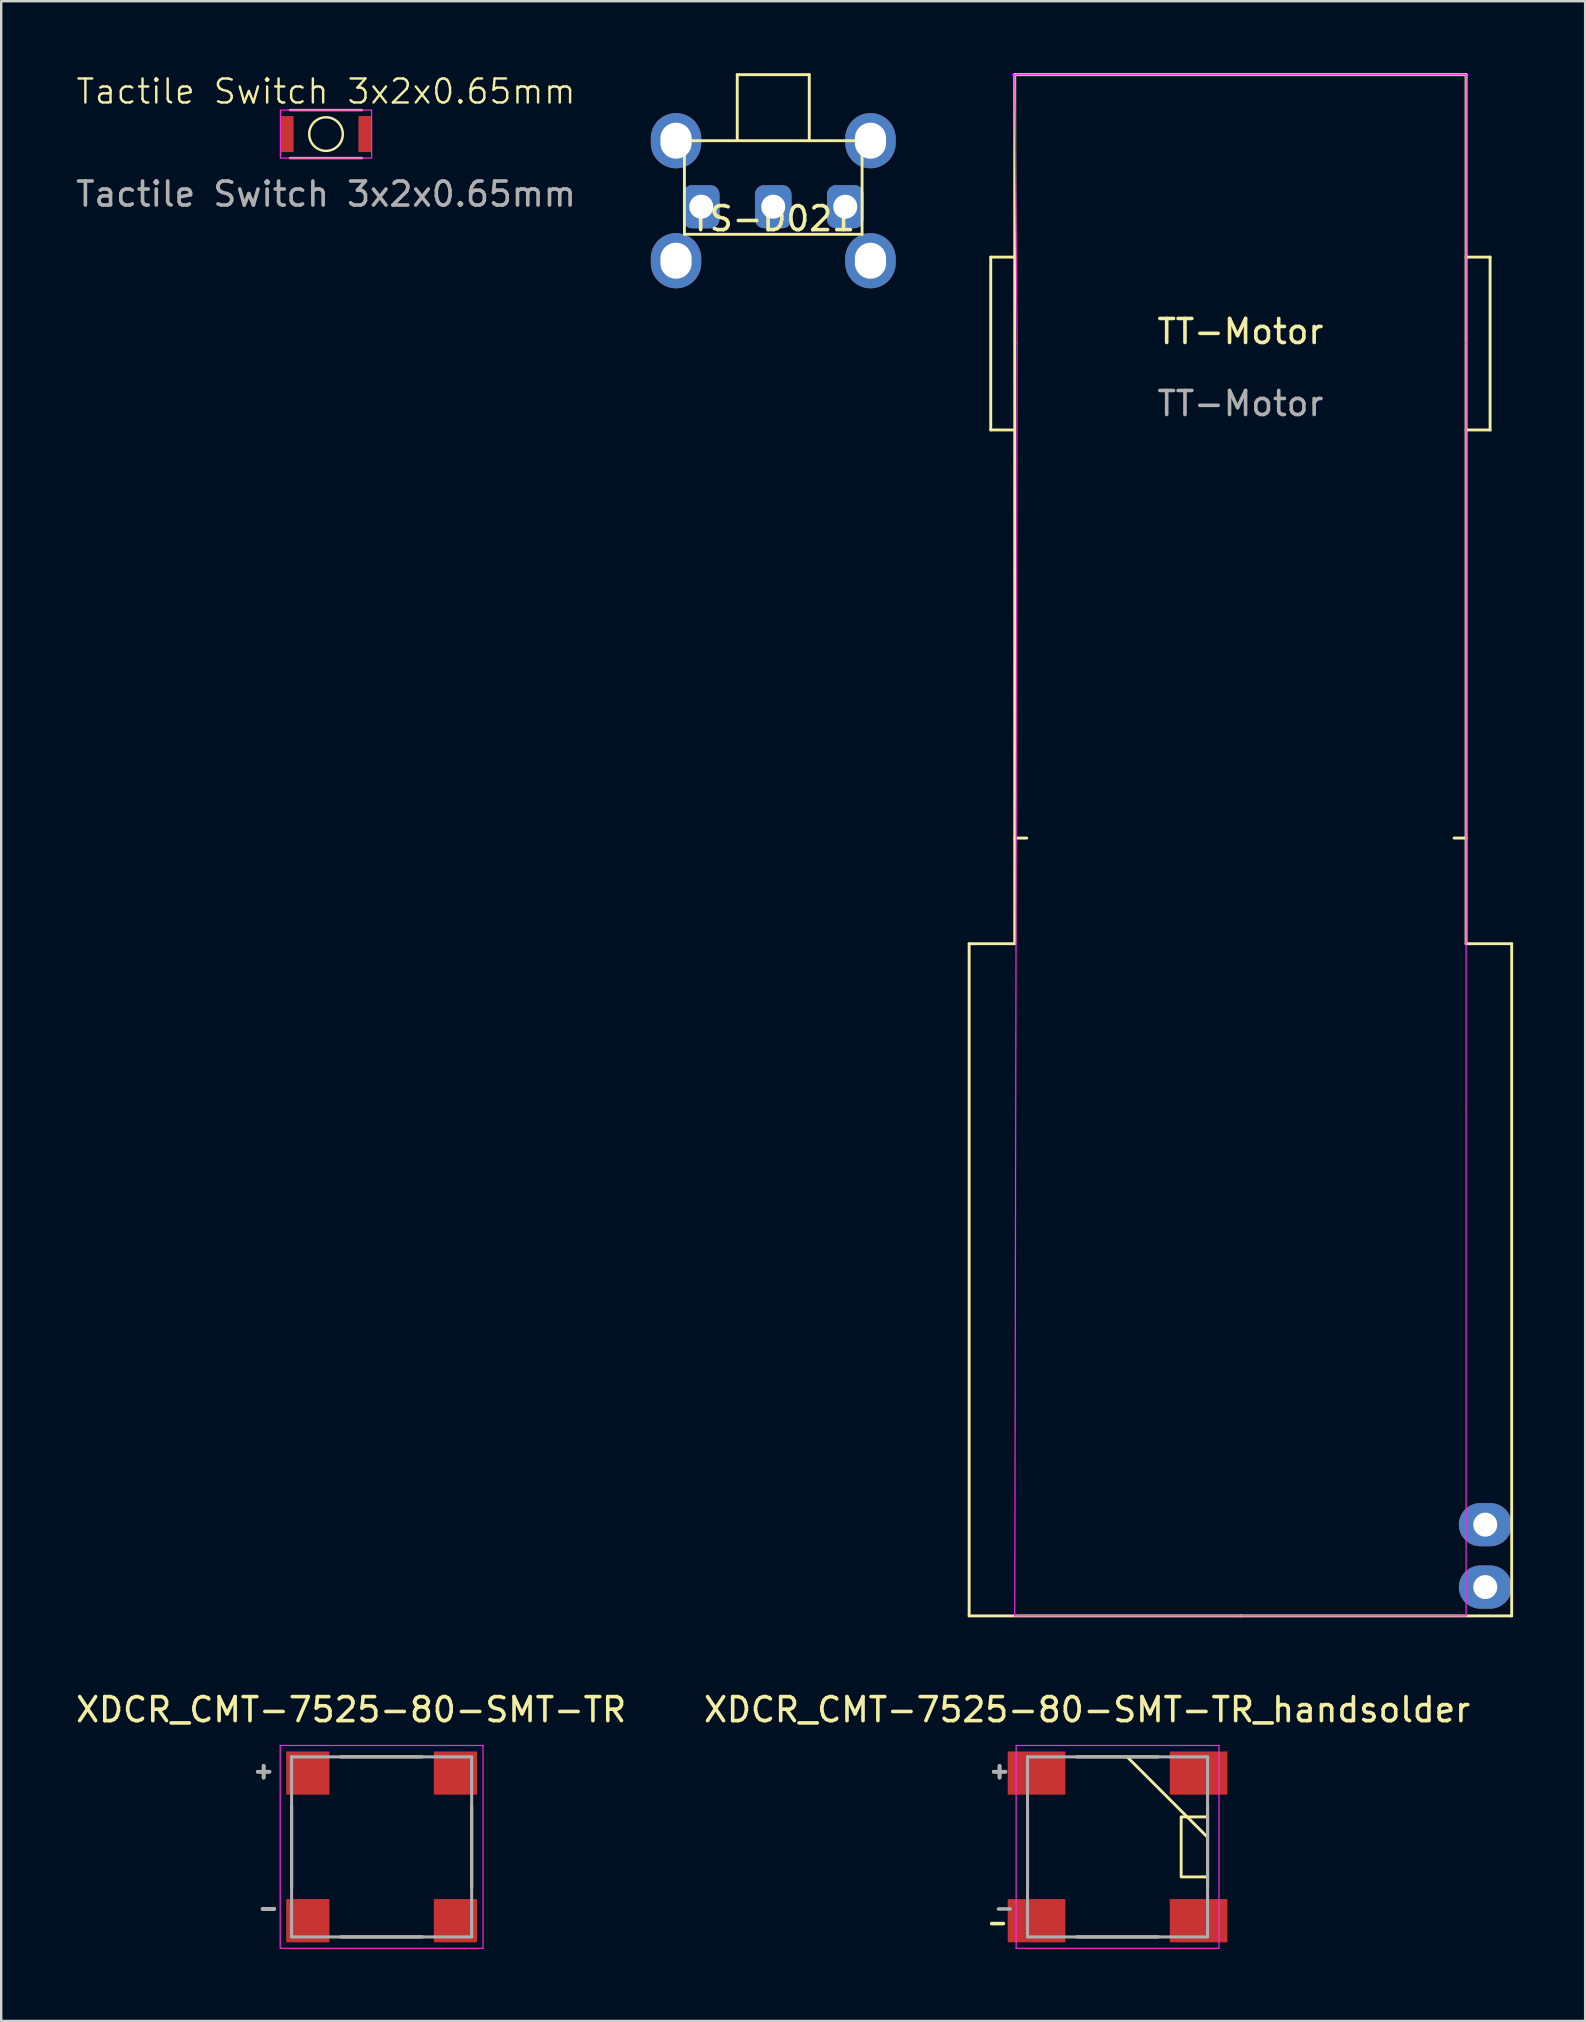
<source format=kicad_pcb>
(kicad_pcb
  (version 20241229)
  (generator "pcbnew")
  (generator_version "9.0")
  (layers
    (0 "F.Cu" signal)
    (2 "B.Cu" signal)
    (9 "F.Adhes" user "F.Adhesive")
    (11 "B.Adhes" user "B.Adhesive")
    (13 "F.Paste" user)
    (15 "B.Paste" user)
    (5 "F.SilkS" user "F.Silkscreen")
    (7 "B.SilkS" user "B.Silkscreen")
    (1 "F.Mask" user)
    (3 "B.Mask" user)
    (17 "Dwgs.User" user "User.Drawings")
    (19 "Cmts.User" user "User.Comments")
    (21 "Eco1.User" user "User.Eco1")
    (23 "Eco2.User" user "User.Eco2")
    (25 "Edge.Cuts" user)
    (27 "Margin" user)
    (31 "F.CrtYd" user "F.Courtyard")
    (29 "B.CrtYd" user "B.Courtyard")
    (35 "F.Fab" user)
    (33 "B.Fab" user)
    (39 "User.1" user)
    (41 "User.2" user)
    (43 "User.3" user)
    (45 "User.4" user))
  (footprint "XDCR_CMT-7525-80-SMT-TR"
    (layer "F.Cu")
    (at 12.847 73.883)
    (property "Reference" "XDCR_CMT-7525-80-SMT-TR" (at -1.27 -5.715 0) (layer "F.SilkS") (effects (font (size 1 1) (thickness 0.15))))
    (attr through_hole)
    (fp_line (start -3.75 -1.7) (end -3.75 1.7) (stroke (width 0.127) (type solid)) (layer "F.SilkS"))
    (fp_line (start -1.7 3.75) (end 1.7 3.75) (stroke (width 0.127) (type solid)) (layer "F.SilkS"))
    (fp_line (start 1.7 -3.75) (end -1.7 -3.75) (stroke (width 0.127) (type solid)) (layer "F.SilkS"))
    (fp_line (start 3.75 1.7) (end 3.75 -1.7) (stroke (width 0.127) (type solid)) (layer "F.SilkS"))
    (fp_line (start -4.225 -4.225) (end 4.225 -4.225) (stroke (width 0.05) (type solid)) (layer "F.CrtYd"))
    (fp_line (start -4.225 4.225) (end -4.225 -4.225) (stroke (width 0.05) (type solid)) (layer "F.CrtYd"))
    (fp_line (start 4.225 -4.225) (end 4.225 4.225) (stroke (width 0.05) (type solid)) (layer "F.CrtYd"))
    (fp_line (start 4.225 4.225) (end -4.225 4.225) (stroke (width 0.05) (type solid)) (layer "F.CrtYd"))
    (fp_line (start -3.75 -3.75) (end -3.75 3.75) (stroke (width 0.127) (type solid)) (layer "F.Fab"))
    (fp_line (start -3.75 3.75) (end 3.75 3.75) (stroke (width 0.127) (type solid)) (layer "F.Fab"))
    (fp_line (start 3.75 -3.75) (end -3.75 -3.75) (stroke (width 0.127) (type solid)) (layer "F.Fab"))
    (fp_line (start 3.75 3.75) (end 3.75 -3.75) (stroke (width 0.127) (type solid)) (layer "F.Fab"))
    (fp_text user "-" (at -4.715 2.54 0) (layer "F.SilkS") (effects (font (size 0.64 0.64) (thickness 0.15))))
    (fp_text user "+" (at -4.915 -3.175 0) (layer "F.SilkS") (effects (font (size 0.64 0.64) (thickness 0.15))))
    (fp_text user "-" (at -4.715 2.54 0) (layer "F.Fab") (effects (font (size 0.64 0.64) (thickness 0.15))))
    (fp_text user "+" (at -4.915 -3.175 0) (layer "F.Fab") (effects (font (size 0.64 0.64) (thickness 0.15))))
    (pad "1" smd rect (at 3.075 -3.075) (size 1.8 1.8) (layers "F.Cu" "F.Mask" "F.Paste"))
    (pad "2" smd rect (at 3.075 3.075) (size 1.8 1.8) (layers "F.Cu" "F.Mask" "F.Paste"))
    (pad "N" smd rect (at -3.075 3.075) (size 1.8 1.8) (layers "F.Cu" "F.Mask" "F.Paste"))
    (pad "P" smd rect (at -3.075 -3.075) (size 1.8 1.8) (layers "F.Cu" "F.Mask" "F.Paste")))
  (footprint "TT-Motor"
    (layer "F.Cu")
    (at 48.62 11.26)
    (property "Reference" "TT-Motor" (at 0 -0.5 0) (unlocked yes) (layer "F.SilkS") (effects (font (size 1 1) (thickness 0.15))))
    (fp_line (start -11.3 25) (end -11.3 53) (stroke (width 0.12) (type solid)) (layer "F.SilkS"))
    (fp_line (start -11.3 53) (end 0 53) (stroke (width 0.12) (type solid)) (layer "F.SilkS"))
    (fp_line (start -10.4 -3.6) (end -10.4 3.6) (stroke (width 0.12) (type solid)) (layer "F.SilkS"))
    (fp_line (start -10.4 3.6) (end -9.4 3.6) (stroke (width 0.12) (type solid)) (layer "F.SilkS"))
    (fp_line (start -9.4 -11.2) (end -9.4 25) (stroke (width 0.12) (type solid)) (layer "F.SilkS"))
    (fp_line (start -9.4 -3.6) (end -10.4 -3.6) (stroke (width 0.12) (type solid)) (layer "F.SilkS"))
    (fp_line (start -9.4 20.6) (end -8.9 20.6) (stroke (width 0.12) (type solid)) (layer "F.SilkS"))
    (fp_line (start -9.4 25) (end -11.3 25) (stroke (width 0.12) (type solid)) (layer "F.SilkS"))
    (fp_line (start 0 53) (end 11.3 53) (stroke (width 0.12) (type solid)) (layer "F.SilkS"))
    (fp_line (start 9.4 -11.2) (end -9.4 -11.2) (stroke (width 0.12) (type solid)) (layer "F.SilkS"))
    (fp_line (start 9.4 -3.6) (end 10.4 -3.6) (stroke (width 0.12) (type solid)) (layer "F.SilkS"))
    (fp_line (start 9.4 20.6) (end 8.9 20.6) (stroke (width 0.12) (type solid)) (layer "F.SilkS"))
    (fp_line (start 9.4 25) (end 9.4 -11.2) (stroke (width 0.12) (type solid)) (layer "F.SilkS"))
    (fp_line (start 10.4 -3.6) (end 10.4 3.6) (stroke (width 0.12) (type solid)) (layer "F.SilkS"))
    (fp_line (start 10.4 3.6) (end 9.4 3.6) (stroke (width 0.12) (type solid)) (layer "F.SilkS"))
    (fp_line (start 11.3 25) (end 9.4 25) (stroke (width 0.12) (type solid)) (layer "F.SilkS"))
    (fp_line (start 11.3 53) (end 11.3 25) (stroke (width 0.12) (type solid)) (layer "F.SilkS"))
    (fp_line (start -9.5 -11.2) (end 9.4 -11.2) (stroke (width 0.05) (type solid)) (layer "F.CrtYd"))
    (fp_line (start -9.4 -11.2) (end -9.3 0) (stroke (width 0.05) (type solid)) (layer "F.CrtYd"))
    (fp_line (start -9.4 53) (end -9.3 0) (stroke (width 0.05) (type solid)) (layer "F.CrtYd"))
    (fp_line (start 9.4 -11.2) (end 9.4 0) (stroke (width 0.05) (type solid)) (layer "F.CrtYd"))
    (fp_line (start 9.4 0) (end 9.4 31.8) (stroke (width 0.05) (type solid)) (layer "F.CrtYd"))
    (fp_line (start 9.4 31.8) (end 9.4 53) (stroke (width 0.05) (type solid)) (layer "F.CrtYd"))
    (fp_line (start 9.4 53) (end -9.4 53) (stroke (width 0.05) (type solid)) (layer "F.CrtYd"))
    (fp_text user "${REFERENCE}" (at 0 2.5 0) (unlocked yes) (layer "F.Fab") (effects (font (size 1 1) (thickness 0.15))))
    (pad "1" thru_hole oval (at 10.2 51.8) (size 2.2 1.8) (drill 1) (layers "*.Cu" "*.Mask"))
    (pad "2" thru_hole oval (at 10.2 49.2) (size 2.2 1.8) (drill 1) (layers "*.Cu" "*.Mask")))
  (footprint "XDCR_CMT-7525-80-SMT-TR_handsolder"
    (layer "F.Cu")
    (at 43.502 73.883)
    (property "Reference" "XDCR_CMT-7525-80-SMT-TR_handsolder" (at -1.27 -5.715 0) (layer "F.SilkS") (effects (font (size 1 1) (thickness 0.15))))
    (attr smd)
    (fp_line (start -3.75 -1.7) (end -3.75 1.7) (stroke (width 0.127) (type solid)) (layer "F.SilkS"))
    (fp_line (start -1.7 3.75) (end 1.7 3.75) (stroke (width 0.127) (type solid)) (layer "F.SilkS"))
    (fp_line (start 0.4 -3.75) (end 3.75 -0.4) (stroke (width 0.12) (type solid)) (layer "F.SilkS"))
    (fp_line (start 1.7 -3.75) (end -1.7 -3.75) (stroke (width 0.127) (type solid)) (layer "F.SilkS"))
    (fp_line (start 3.75 1.7) (end 3.75 -1.7) (stroke (width 0.127) (type solid)) (layer "F.SilkS"))
    (fp_rect (start 3.75 -1.25) (end 2.65 1.25) (stroke (width 0.12) (type solid)) (fill no) (layer "F.SilkS"))
    (fp_line (start -4.225 -4.225) (end 4.225 -4.225) (stroke (width 0.05) (type solid)) (layer "F.CrtYd"))
    (fp_line (start -4.225 4.225) (end -4.225 -4.225) (stroke (width 0.05) (type solid)) (layer "F.CrtYd"))
    (fp_line (start 4.225 -4.225) (end 4.225 4.225) (stroke (width 0.05) (type solid)) (layer "F.CrtYd"))
    (fp_line (start 4.225 4.225) (end -4.225 4.225) (stroke (width 0.05) (type solid)) (layer "F.CrtYd"))
    (fp_line (start -3.75 -3.75) (end -3.75 3.75) (stroke (width 0.127) (type solid)) (layer "F.Fab"))
    (fp_line (start -3.75 3.75) (end 3.75 3.75) (stroke (width 0.127) (type solid)) (layer "F.Fab"))
    (fp_line (start 3.75 -3.75) (end -3.75 -3.75) (stroke (width 0.127) (type solid)) (layer "F.Fab"))
    (fp_line (start 3.75 3.75) (end 3.75 -3.75) (stroke (width 0.127) (type solid)) (layer "F.Fab"))
    (fp_text user "-" (at -5 3.15 0) (layer "F.SilkS") (effects (font (size 0.64 0.64) (thickness 0.15))))
    (fp_text user "+" (at -4.915 -3.175 0) (layer "F.SilkS") (effects (font (size 0.64 0.64) (thickness 0.15))))
    (fp_text user "+" (at -4.915 -3.175 0) (layer "F.Fab") (effects (font (size 0.64 0.64) (thickness 0.15))))
    (fp_text user "-" (at -4.715 2.54 0) (layer "F.Fab") (effects (font (size 0.64 0.64) (thickness 0.15))))
    (pad "1" smd rect (at 3.375 -3.075) (size 2.4 1.8) (layers "F.Cu" "F.Mask" "F.Paste"))
    (pad "2" smd rect (at 3.375 3.075) (size 2.4 1.8) (layers "F.Cu" "F.Mask" "F.Paste"))
    (pad "N" smd rect (at -3.375 3.075) (size 2.4 1.8) (layers "F.Cu" "F.Mask" "F.Paste"))
    (pad "P" smd rect (at -3.375 -3.075) (size 2.4 1.8) (layers "F.Cu" "F.Mask" "F.Paste")))
  (footprint "Tactile Switch 3x2x0.65mm"
    (layer "F.Cu")
    (at 10.53 2.535)
    (property "Reference" "Tactile Switch 3x2x0.65mm" (at 0 -1.775 0) (unlocked yes) (layer "F.SilkS") (effects (font (size 1 1) (thickness 0.1))))
    (attr smd)
    (fp_line (start -1.5 -1) (end 1.5 -1) (stroke (width 0.1) (type default)) (layer "F.SilkS"))
    (fp_line (start -1.5 1) (end 1.5 1) (stroke (width 0.1) (type default)) (layer "F.SilkS"))
    (fp_circle (center 0 0) (end 0 -0.7) (stroke (width 0.1) (type default)) (fill no) (layer "F.SilkS"))
    (fp_rect (start -1.9 -1) (end 1.9 1) (stroke (width 0.05) (type default)) (fill no) (layer "F.CrtYd"))
    (fp_text user "${REFERENCE}" (at 0 2.5 0) (unlocked yes) (layer "F.Fab") (effects (font (size 1 1) (thickness 0.15))))
    (pad "1" smd rect (at -1.625 0) (size 0.55 1.5) (layers "F.Cu" "F.Mask" "F.Paste"))
    (pad "2" smd rect (at 1.625 0) (size 0.55 1.5) (layers "F.Cu" "F.Mask" "F.Paste")))
  (footprint "TS-D021"
    (layer "F.Cu")
    (at 29.16 5.56)
    (property "Reference" "TS-D021" (at 0 0.5 0) (layer "F.SilkS") (effects (font (size 1 1) (thickness 0.15))))
    (attr through_hole)
    (fp_line (start -3.7 -2.75) (end 3.7 -2.75) (stroke (width 0.12) (type solid)) (layer "F.SilkS"))
    (fp_line (start -3.7 1.15) (end -3.7 -2.75) (stroke (width 0.12) (type solid)) (layer "F.SilkS"))
    (fp_line (start -1.5 -5.5) (end 1.5 -5.5) (stroke (width 0.12) (type solid)) (layer "F.SilkS"))
    (fp_line (start -1.5 -2.75) (end -1.5 -5.5) (stroke (width 0.12) (type solid)) (layer "F.SilkS"))
    (fp_line (start 1.5 -5.5) (end 1.5 -2.75) (stroke (width 0.12) (type solid)) (layer "F.SilkS"))
    (fp_line (start 3.7 -2.75) (end 3.7 1.15) (stroke (width 0.12) (type solid)) (layer "F.SilkS"))
    (fp_line (start 3.7 1.15) (end -3.7 1.15) (stroke (width 0.12) (type solid)) (layer "F.SilkS"))
    (pad "" np_thru_hole oval (at -4.05 -2.75) (size 2.1 2.3) (drill oval 1.3 1.5) (layers "*.Cu" "*.Mask"))
    (pad "" np_thru_hole oval (at -4.05 2.25) (size 2.1 2.3) (drill oval 1.3 1.5) (layers "*.Cu" "*.Mask"))
    (pad "" np_thru_hole oval (at 4.05 -2.75) (size 2.1 2.3) (drill oval 1.3 1.5) (layers "*.Cu" "*.Mask"))
    (pad "" np_thru_hole oval (at 4.05 2.25) (size 2.1 2.3) (drill oval 1.3 1.5) (layers "*.Cu" "*.Mask"))
    (pad "1" thru_hole roundrect (at -3 0) (size 1.524 1.8) (drill 1) (layers "*.Cu" "*.Mask") (roundrect_rratio 0.25))
    (pad "2" thru_hole roundrect (at 0 0) (size 1.524 1.8) (drill 1) (layers "*.Cu" "*.Mask") (roundrect_rratio 0.25))
    (pad "3" thru_hole roundrect (at 3 0) (size 1.524 1.8) (drill 1) (layers "*.Cu" "*.Mask") (roundrect_rratio 0.25)))
  (gr_rect
    (start -3 -3)
    (end 62.98 81.133)
    (stroke (width 0.1) (type default))
    (fill no)
    (layer "Edge.Cuts")))
</source>
